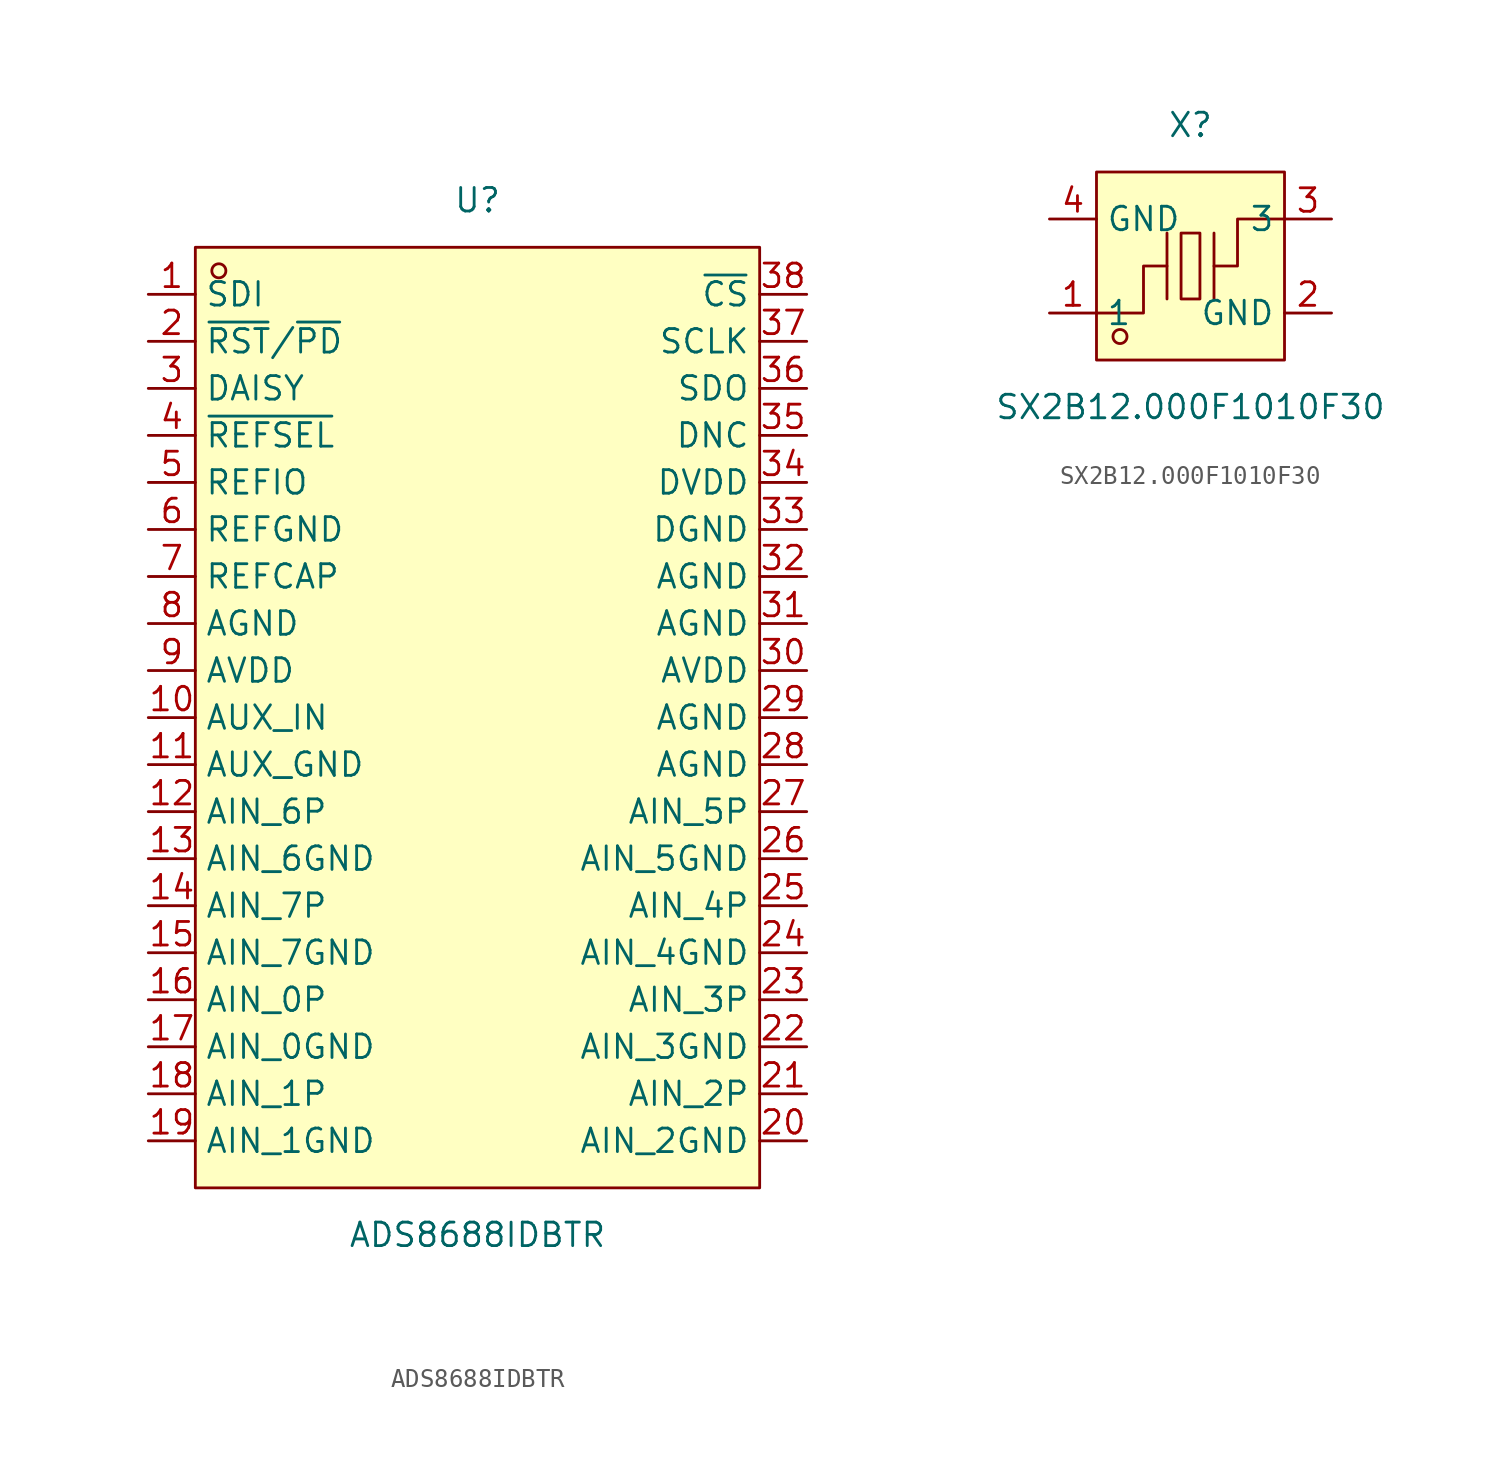
<source format=kicad_sym>
(kicad_symbol_lib
  (version 20211014)
  (generator https://github.com/uPesy/easyeda2kicad.py)
  (symbol "ADS8688IDBTR"
    (property "Reference" "U"
      (at 0 27.94 0)
      (effects (font (size 1.27 1.27))))
    (property "Value" "ADS8688IDBTR"
      (at 0 -27.94 0)
      (effects (font (size 1.27 1.27))))
    (symbol "ADS8688IDBTR_0_1"
      (rectangle (start -15.24 25.40) (end 15.24 -25.40) (stroke (width 0) (type default) (color 0 0 0 0)) (fill (type background)))
      (circle (center -13.97 24.13) (radius 0.38) (stroke (width 0) (type default) (color 0 0 0 0)) (fill (type none)))
      (pin unspecified line (at -17.78 22.86 0) (length 2.54) (name "SDI" (effects (font (size 1.27 1.27)))) (number "1" (effects (font (size 1.27 1.27)))))
      (pin unspecified line (at -17.78 20.32 0) (length 2.54) (name "~{RST}/~{PD}" (effects (font (size 1.27 1.27)))) (number "2" (effects (font (size 1.27 1.27)))))
      (pin unspecified line (at -17.78 17.78 0) (length 2.54) (name "DAISY" (effects (font (size 1.27 1.27)))) (number "3" (effects (font (size 1.27 1.27)))))
      (pin unspecified line (at -17.78 15.24 0) (length 2.54) (name "~{REFSEL}" (effects (font (size 1.27 1.27)))) (number "4" (effects (font (size 1.27 1.27)))))
      (pin unspecified line (at -17.78 12.70 0) (length 2.54) (name "REFIO" (effects (font (size 1.27 1.27)))) (number "5" (effects (font (size 1.27 1.27)))))
      (pin unspecified line (at -17.78 10.16 0) (length 2.54) (name "REFGND" (effects (font (size 1.27 1.27)))) (number "6" (effects (font (size 1.27 1.27)))))
      (pin unspecified line (at -17.78 7.62 0) (length 2.54) (name "REFCAP" (effects (font (size 1.27 1.27)))) (number "7" (effects (font (size 1.27 1.27)))))
      (pin unspecified line (at -17.78 5.08 0) (length 2.54) (name "AGND" (effects (font (size 1.27 1.27)))) (number "8" (effects (font (size 1.27 1.27)))))
      (pin unspecified line (at -17.78 2.54 0) (length 2.54) (name "AVDD" (effects (font (size 1.27 1.27)))) (number "9" (effects (font (size 1.27 1.27)))))
      (pin unspecified line (at -17.78 -0.00 0) (length 2.54) (name "AUX_IN" (effects (font (size 1.27 1.27)))) (number "10" (effects (font (size 1.27 1.27)))))
      (pin unspecified line (at -17.78 -2.54 0) (length 2.54) (name "AUX_GND" (effects (font (size 1.27 1.27)))) (number "11" (effects (font (size 1.27 1.27)))))
      (pin unspecified line (at -17.78 -5.08 0) (length 2.54) (name "AIN_6P" (effects (font (size 1.27 1.27)))) (number "12" (effects (font (size 1.27 1.27)))))
      (pin unspecified line (at -17.78 -7.62 0) (length 2.54) (name "AIN_6GND" (effects (font (size 1.27 1.27)))) (number "13" (effects (font (size 1.27 1.27)))))
      (pin unspecified line (at -17.78 -10.16 0) (length 2.54) (name "AIN_7P" (effects (font (size 1.27 1.27)))) (number "14" (effects (font (size 1.27 1.27)))))
      (pin unspecified line (at -17.78 -12.70 0) (length 2.54) (name "AIN_7GND" (effects (font (size 1.27 1.27)))) (number "15" (effects (font (size 1.27 1.27)))))
      (pin unspecified line (at -17.78 -15.24 0) (length 2.54) (name "AIN_0P" (effects (font (size 1.27 1.27)))) (number "16" (effects (font (size 1.27 1.27)))))
      (pin unspecified line (at -17.78 -17.78 0) (length 2.54) (name "AIN_0GND" (effects (font (size 1.27 1.27)))) (number "17" (effects (font (size 1.27 1.27)))))
      (pin unspecified line (at -17.78 -20.32 0) (length 2.54) (name "AIN_1P" (effects (font (size 1.27 1.27)))) (number "18" (effects (font (size 1.27 1.27)))))
      (pin unspecified line (at -17.78 -22.86 0) (length 2.54) (name "AIN_1GND" (effects (font (size 1.27 1.27)))) (number "19" (effects (font (size 1.27 1.27)))))
      (pin unspecified line (at 17.78 -22.86 180) (length 2.54) (name "AIN_2GND" (effects (font (size 1.27 1.27)))) (number "20" (effects (font (size 1.27 1.27)))))
      (pin unspecified line (at 17.78 -20.32 180) (length 2.54) (name "AIN_2P" (effects (font (size 1.27 1.27)))) (number "21" (effects (font (size 1.27 1.27)))))
      (pin unspecified line (at 17.78 -17.78 180) (length 2.54) (name "AIN_3GND" (effects (font (size 1.27 1.27)))) (number "22" (effects (font (size 1.27 1.27)))))
      (pin unspecified line (at 17.78 -15.24 180) (length 2.54) (name "AIN_3P" (effects (font (size 1.27 1.27)))) (number "23" (effects (font (size 1.27 1.27)))))
      (pin unspecified line (at 17.78 -12.70 180) (length 2.54) (name "AIN_4GND" (effects (font (size 1.27 1.27)))) (number "24" (effects (font (size 1.27 1.27)))))
      (pin unspecified line (at 17.78 -10.16 180) (length 2.54) (name "AIN_4P" (effects (font (size 1.27 1.27)))) (number "25" (effects (font (size 1.27 1.27)))))
      (pin unspecified line (at 17.78 -7.62 180) (length 2.54) (name "AIN_5GND" (effects (font (size 1.27 1.27)))) (number "26" (effects (font (size 1.27 1.27)))))
      (pin unspecified line (at 17.78 -5.08 180) (length 2.54) (name "AIN_5P" (effects (font (size 1.27 1.27)))) (number "27" (effects (font (size 1.27 1.27)))))
      (pin unspecified line (at 17.78 -2.54 180) (length 2.54) (name "AGND" (effects (font (size 1.27 1.27)))) (number "28" (effects (font (size 1.27 1.27)))))
      (pin unspecified line (at 17.78 -0.00 180) (length 2.54) (name "AGND" (effects (font (size 1.27 1.27)))) (number "29" (effects (font (size 1.27 1.27)))))
      (pin unspecified line (at 17.78 2.54 180) (length 2.54) (name "AVDD" (effects (font (size 1.27 1.27)))) (number "30" (effects (font (size 1.27 1.27)))))
      (pin unspecified line (at 17.78 5.08 180) (length 2.54) (name "AGND" (effects (font (size 1.27 1.27)))) (number "31" (effects (font (size 1.27 1.27)))))
      (pin unspecified line (at 17.78 7.62 180) (length 2.54) (name "AGND" (effects (font (size 1.27 1.27)))) (number "32" (effects (font (size 1.27 1.27)))))
      (pin unspecified line (at 17.78 10.16 180) (length 2.54) (name "DGND" (effects (font (size 1.27 1.27)))) (number "33" (effects (font (size 1.27 1.27)))))
      (pin unspecified line (at 17.78 12.70 180) (length 2.54) (name "DVDD" (effects (font (size 1.27 1.27)))) (number "34" (effects (font (size 1.27 1.27)))))
      (pin unspecified line (at 17.78 15.24 180) (length 2.54) (name "DNC" (effects (font (size 1.27 1.27)))) (number "35" (effects (font (size 1.27 1.27)))))
      (pin unspecified line (at 17.78 17.78 180) (length 2.54) (name "SDO" (effects (font (size 1.27 1.27)))) (number "36" (effects (font (size 1.27 1.27)))))
      (pin unspecified line (at 17.78 20.32 180) (length 2.54) (name "SCLK" (effects (font (size 1.27 1.27)))) (number "37" (effects (font (size 1.27 1.27)))))
      (pin unspecified line (at 17.78 22.86 180) (length 2.54) (name "~{CS}" (effects (font (size 1.27 1.27)))) (number "38" (effects (font (size 1.27 1.27)))))))
  (symbol "SX2B12.000F1010F30"
    (property "Reference" "X"
      (at 0 7.62 0)
      (effects (font (size 1.27 1.27))))
    (property "Value" "SX2B12.000F1010F30"
      (at 0 -7.62 0)
      (effects (font (size 1.27 1.27))))
    (symbol "SX2B12.000F1010F30_0_1"
      (rectangle (start -5.08 5.08) (end 5.08 -5.08) (stroke (width 0) (type default) (color 0 0 0 0)) (fill (type background)))
      (rectangle (start -0.51 1.78) (end 0.51 -1.78) (stroke (width 0) (type default) (color 0 0 0 0)) (fill (type background)))
      (circle (center -3.81 -3.81) (radius 0.38) (stroke (width 0) (type default) (color 0 0 0 0)) (fill (type none)))
      (polyline (pts (xy -1.27 -1.78) (xy -1.27 1.78)) (stroke (width 0) (type default) (color 0 0 0 0)) (fill (type none)))
      (polyline (pts (xy 1.27 -1.78) (xy 1.27 1.78)) (stroke (width 0) (type default) (color 0 0 0 0)) (fill (type none)))
      (polyline (pts (xy -5.08 -2.54) (xy -2.54 -2.54) (xy -2.54 -0.00) (xy -1.27 -0.00)) (stroke (width 0) (type default) (color 0 0 0 0)) (fill (type none)))
      (polyline (pts (xy 5.08 2.54) (xy 2.54 2.54) (xy 2.54 -0.00) (xy 1.27 -0.00)) (stroke (width 0) (type default) (color 0 0 0 0)) (fill (type none)))
      (pin input line (at -7.62 -2.54 0) (length 2.54) (name "1" (effects (font (size 1.27 1.27)))) (number "1" (effects (font (size 1.27 1.27)))))
      (pin input line (at 7.62 2.54 180) (length 2.54) (name "3" (effects (font (size 1.27 1.27)))) (number "3" (effects (font (size 1.27 1.27)))))
      (pin input line (at -7.62 2.54 0) (length 2.54) (name "GND" (effects (font (size 1.27 1.27)))) (number "4" (effects (font (size 1.27 1.27)))))
      (pin input line (at 7.62 -2.54 180) (length 2.54) (name "GND" (effects (font (size 1.27 1.27)))) (number "2" (effects (font (size 1.27 1.27))))))))
</source>
